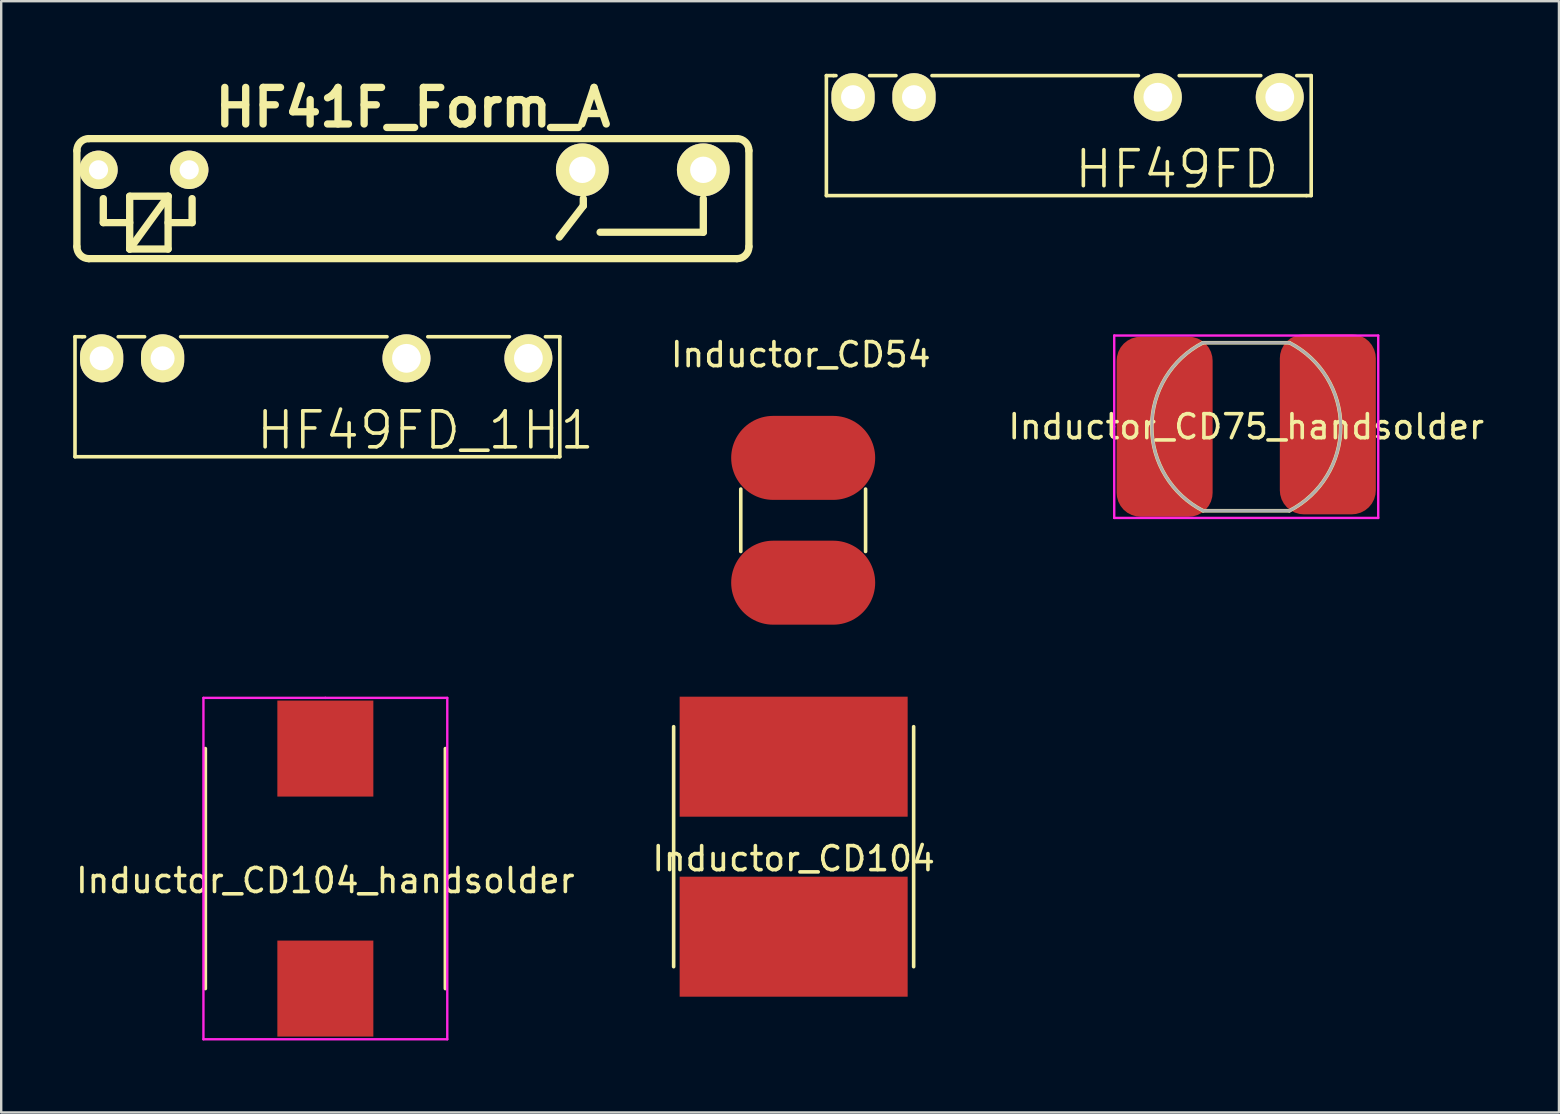
<source format=kicad_pcb>
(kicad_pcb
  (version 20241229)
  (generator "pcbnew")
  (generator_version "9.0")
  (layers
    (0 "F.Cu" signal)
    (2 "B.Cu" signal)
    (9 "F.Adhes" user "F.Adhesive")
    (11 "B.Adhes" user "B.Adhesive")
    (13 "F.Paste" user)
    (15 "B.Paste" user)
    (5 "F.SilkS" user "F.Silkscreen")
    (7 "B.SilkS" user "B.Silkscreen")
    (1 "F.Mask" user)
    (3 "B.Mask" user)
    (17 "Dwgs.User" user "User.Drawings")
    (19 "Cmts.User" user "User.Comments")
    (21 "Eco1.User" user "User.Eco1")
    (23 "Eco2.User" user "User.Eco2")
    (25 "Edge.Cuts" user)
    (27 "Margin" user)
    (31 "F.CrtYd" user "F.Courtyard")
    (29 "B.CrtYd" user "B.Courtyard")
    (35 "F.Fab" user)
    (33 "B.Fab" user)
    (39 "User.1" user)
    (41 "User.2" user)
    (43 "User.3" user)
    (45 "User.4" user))
  (footprint "HF41F_Form_A"
    (layer "F.Cu")
    (at 14.154 5.226)
    (property "Reference" "HF41F_Form_A" (at 0 -3.8 0) (layer "F.SilkS") (effects (font (size 1.524 1.524) (thickness 0.305))))
    (attr through_hole)
    (fp_line (start -14 -2) (end -14 2) (stroke (width 0.305) (type solid)) (layer "F.SilkS"))
    (fp_line (start -13.5 -2.5) (end 13.5 -2.5) (stroke (width 0.305) (type solid)) (layer "F.SilkS"))
    (fp_line (start -13.5 2.5) (end 13.5 2.5) (stroke (width 0.305) (type solid)) (layer "F.SilkS"))
    (fp_line (start -12.9 0) (end -12.9 1) (stroke (width 0.305) (type solid)) (layer "F.SilkS"))
    (fp_line (start -11.8 -0.1) (end -11.8 2.1) (stroke (width 0.305) (type solid)) (layer "F.SilkS"))
    (fp_line (start -11.8 1) (end -12.9 1) (stroke (width 0.305) (type solid)) (layer "F.SilkS"))
    (fp_line (start -11.8 2.1) (end -10.2 -0.1) (stroke (width 0.305) (type solid)) (layer "F.SilkS"))
    (fp_line (start -11.8 2.1) (end -10.2 2.1) (stroke (width 0.305) (type solid)) (layer "F.SilkS"))
    (fp_line (start -10.2 -0.1) (end -11.8 -0.1) (stroke (width 0.305) (type solid)) (layer "F.SilkS"))
    (fp_line (start -10.2 1) (end -9.2 1) (stroke (width 0.305) (type solid)) (layer "F.SilkS"))
    (fp_line (start -10.2 2.1) (end -10.2 -0.1) (stroke (width 0.305) (type solid)) (layer "F.SilkS"))
    (fp_line (start -9.2 0) (end -9.2 1) (stroke (width 0.305) (type solid)) (layer "F.SilkS"))
    (fp_line (start 7.1 0) (end 7.1 0.3) (stroke (width 0.305) (type solid)) (layer "F.SilkS"))
    (fp_line (start 7.1 0.3) (end 6.1 1.6) (stroke (width 0.305) (type solid)) (layer "F.SilkS"))
    (fp_line (start 7.8 1.4) (end 12.1 1.4) (stroke (width 0.305) (type solid)) (layer "F.SilkS"))
    (fp_line (start 12.1 0) (end 12.1 1.4) (stroke (width 0.305) (type solid)) (layer "F.SilkS"))
    (fp_line (start 14 -2) (end 14 2) (stroke (width 0.305) (type solid)) (layer "F.SilkS"))
    (fp_arc (start -14.0011 -2.00088) (mid -13.854542 -2.354702) (end -13.50072 -2.50126) (stroke (width 0.3048) (type solid)) (layer "F.SilkS"))
    (fp_arc (start -13.50088 2.5011) (mid -13.854702 2.354542) (end -14.00126 2.00072) (stroke (width 0.3048) (type solid)) (layer "F.SilkS"))
    (fp_arc (start 13.50072 -2.50126) (mid 13.854542 -2.354702) (end 14.0011 -2.00088) (stroke (width 0.3048) (type solid)) (layer "F.SilkS"))
    (fp_arc (start 14.0011 2.00088) (mid 13.854542 2.354702) (end 13.50072 2.50126) (stroke (width 0.3048) (type solid)) (layer "F.SilkS"))
    (pad "1" thru_hole circle (at -13.1 -1.2) (size 1.6 1.6) (drill 0.8) (layers "*.Cu" "*.Mask" "F.SilkS"))
    (pad "2" thru_hole circle (at -9.32 -1.2) (size 1.6 1.6) (drill 0.8) (layers "*.Cu" "*.Mask" "F.SilkS"))
    (pad "11" thru_hole circle (at 7.06 -1.2) (size 2.2 2.2) (drill 1.1) (layers "*.Cu" "*.Mask" "F.SilkS"))
    (pad "14" thru_hole circle (at 12.1 -1.2) (size 2.2 2.2) (drill 1.1) (layers "*.Cu" "*.Mask" "F.SilkS")))
  (footprint "HF49FD_1H1"
    (layer "F.Cu")
    (at 10.075 11.88)
    (property "Reference" "HF49FD_1H1" (at 4.6 3 0) (layer "F.SilkS") (effects (font (size 1.5 1.5) (thickness 0.15))))
    (attr through_hole)
    (fp_line (start -10 -0.9) (end -10 4.1) (stroke (width 0.15) (type solid)) (layer "F.SilkS"))
    (fp_line (start -10 -0.9) (end -9.7 -0.9) (stroke (width 0.15) (type solid)) (layer "F.SilkS"))
    (fp_line (start -9.7 -0.9) (end -9.6 -0.9) (stroke (width 0.15) (type solid)) (layer "F.SilkS"))
    (fp_line (start -8.2 -0.9) (end -7.1 -0.9) (stroke (width 0.15) (type solid)) (layer "F.SilkS"))
    (fp_line (start -5.6 -0.9) (end 3 -0.9) (stroke (width 0.15) (type solid)) (layer "F.SilkS"))
    (fp_line (start 4.7 -0.9) (end 8.1 -0.9) (stroke (width 0.15) (type solid)) (layer "F.SilkS"))
    (fp_line (start 9.6 -0.9) (end 10.2 -0.9) (stroke (width 0.15) (type solid)) (layer "F.SilkS"))
    (fp_line (start 10 4.1) (end -10 4.1) (stroke (width 0.15) (type solid)) (layer "F.SilkS"))
    (fp_line (start 10.2 -0.9) (end 10.2 4.1) (stroke (width 0.15) (type solid)) (layer "F.SilkS"))
    (fp_line (start 10.2 4.1) (end 10 4.1) (stroke (width 0.15) (type solid)) (layer "F.SilkS"))
    (pad "1" thru_hole oval (at -8.89 0) (size 1.8 2) (drill 1) (layers "*.Cu" "*.Mask" "F.SilkS"))
    (pad "2" thru_hole oval (at -6.35 0) (size 1.8 2) (drill 1) (layers "*.Cu" "*.Mask" "F.SilkS"))
    (pad "3" thru_hole oval (at 3.81 0) (size 2 2) (drill 1.2) (layers "*.Cu" "*.Mask" "F.SilkS"))
    (pad "4" thru_hole oval (at 8.89 0) (size 2 2) (drill 1.2) (layers "*.Cu" "*.Mask" "F.SilkS")))
  (footprint "Inductor_CD54"
    (layer "F.Cu")
    (at 30.415 18.628)
    (property "Reference" "Inductor_CD54" (at -0.1 -6.9 0) (layer "F.SilkS") (effects (font (size 1 1) (thickness 0.15))))
    (attr through_hole)
    (fp_line (start -2.6 1.3) (end -2.6 -1.3) (stroke (width 0.15) (type solid)) (layer "F.SilkS"))
    (fp_line (start 2.6 1.3) (end 2.6 -1.3) (stroke (width 0.15) (type solid)) (layer "F.SilkS"))
    (pad "1" smd oval (at 0 2.6) (size 6 3.5) (layers "F.Cu" "F.Mask" "F.Paste"))
    (pad "2" smd oval (at 0 -2.6) (size 6 3.5) (layers "F.Cu" "F.Mask" "F.Paste")))
  (footprint "Inductor_CD104_handsolder"
    (layer "F.Cu")
    (at 10.506 33.14)
    (property "Reference" "Inductor_CD104_handsolder" (at 0 0.5 0) (layer "F.SilkS") (effects (font (size 1 1) (thickness 0.15))))
    (attr through_hole)
    (fp_line (start -5 -5) (end -5 5) (stroke (width 0.15) (type solid)) (layer "F.SilkS"))
    (fp_line (start 5 -5) (end 5 5) (stroke (width 0.15) (type solid)) (layer "F.SilkS"))
    (fp_line (start -5.08 -7.112) (end 0 -7.112) (stroke (width 0.1) (type solid)) (layer "F.CrtYd"))
    (fp_line (start -5.08 7.112) (end -5.08 -7.112) (stroke (width 0.1) (type solid)) (layer "F.CrtYd"))
    (fp_line (start -5.08 7.112) (end 5.08 7.112) (stroke (width 0.1) (type solid)) (layer "F.CrtYd"))
    (fp_line (start 0 -7.112) (end 5.08 -7.112) (stroke (width 0.1) (type solid)) (layer "F.CrtYd"))
    (fp_line (start 5.08 -7.112) (end 5.08 7.112) (stroke (width 0.1) (type solid)) (layer "F.CrtYd"))
    (pad "1" smd rect (at 0 -5) (size 4 4) (layers "F.Cu" "F.Mask" "F.Paste"))
    (pad "2" smd rect (at 0 5) (size 4 4) (layers "F.Cu" "F.Mask" "F.Paste")))
  (footprint "Inductor_CD75_handsolder"
    (layer "F.Cu")
    (at 48.875 14.73)
    (property "Reference" "Inductor_CD75_handsolder" (at 0 0 0) (layer "F.SilkS") (effects (font (size 1 1) (thickness 0.15))))
    (attr through_hole)
    (fp_line (start -1.8 -3.5) (end 1.8 -3.5) (stroke (width 0.15) (type solid)) (layer "F.SilkS"))
    (fp_line (start 1.8 3.5) (end -1.8 3.5) (stroke (width 0.15) (type solid)) (layer "F.SilkS"))
    (fp_arc (start -1.8 3.499999) (mid -3.935733 0) (end -1.799999 -3.499999) (stroke (width 0.15) (type solid)) (layer "F.SilkS"))
    (fp_arc (start 1.8 -3.499999) (mid 3.935733 0) (end 1.799999 3.499999) (stroke (width 0.15) (type solid)) (layer "F.SilkS"))
    (fp_line (start -5.5 -3.8) (end 5.5 -3.8) (stroke (width 0.1) (type solid)) (layer "F.CrtYd"))
    (fp_line (start -5.5 0) (end -5.5 -3.8) (stroke (width 0.1) (type solid)) (layer "F.CrtYd"))
    (fp_line (start -5.5 3.8) (end -5.5 0) (stroke (width 0.1) (type solid)) (layer "F.CrtYd"))
    (fp_line (start 5.5 -3.8) (end 5.5 3.8) (stroke (width 0.1) (type solid)) (layer "F.CrtYd"))
    (fp_line (start 5.5 3.8) (end -5.5 3.8) (stroke (width 0.1) (type solid)) (layer "F.CrtYd"))
    (fp_line (start -1.8 -3.5) (end 1.8 -3.5) (stroke (width 0.12) (type solid)) (layer "F.Fab"))
    (fp_line (start 1.8 3.5) (end -1.8 3.5) (stroke (width 0.12) (type solid)) (layer "F.Fab"))
    (fp_arc (start -1.8 3.499999) (mid -3.935733 0) (end -1.799999 -3.499999) (stroke (width 0.12) (type solid)) (layer "F.Fab"))
    (fp_arc (start 1.8 -3.499999) (mid 3.935733 0) (end 1.799999 3.499999) (stroke (width 0.12) (type solid)) (layer "F.Fab"))
    (pad "1" smd roundrect (at -3.4 0) (size 4 7.5) (layers "F.Cu" "F.Mask" "F.Paste") (roundrect_rratio 0.25))
    (pad "2" smd roundrect (at 3.4 -0.1) (size 4 7.5) (layers "F.Cu" "F.Mask" "F.Paste") (roundrect_rratio 0.25)))
  (footprint "Inductor_CD104"
    (layer "F.Cu")
    (at 30.018 32.228)
    (property "Reference" "Inductor_CD104" (at 0 0.5 0) (layer "F.SilkS") (effects (font (size 1 1) (thickness 0.15))))
    (attr through_hole)
    (fp_line (start -5 -5) (end -5 5) (stroke (width 0.15) (type solid)) (layer "F.SilkS"))
    (fp_line (start 5 -5) (end 5 5) (stroke (width 0.15) (type solid)) (layer "F.SilkS"))
    (pad "1" smd rect (at 0 -3.75) (size 9.5 5) (layers "F.Cu" "F.Mask" "F.Paste"))
    (pad "2" smd rect (at 0 3.75) (size 9.5 5) (layers "F.Cu" "F.Mask" "F.Paste")))
  (footprint "HF49FD"
    (layer "F.Cu")
    (at 41.382 1)
    (property "Reference" "HF49FD" (at 4.6 3 0) (layer "F.SilkS") (effects (font (size 1.5 1.5) (thickness 0.15))))
    (attr through_hole)
    (fp_line (start -10 -0.9) (end -10 4.1) (stroke (width 0.15) (type solid)) (layer "F.SilkS"))
    (fp_line (start -10 -0.9) (end -9.7 -0.9) (stroke (width 0.15) (type solid)) (layer "F.SilkS"))
    (fp_line (start -9.7 -0.9) (end -9.6 -0.9) (stroke (width 0.15) (type solid)) (layer "F.SilkS"))
    (fp_line (start -8.2 -0.9) (end -7.1 -0.9) (stroke (width 0.15) (type solid)) (layer "F.SilkS"))
    (fp_line (start -5.6 -0.9) (end 3 -0.9) (stroke (width 0.15) (type solid)) (layer "F.SilkS"))
    (fp_line (start 4.7 -0.9) (end 8.1 -0.9) (stroke (width 0.15) (type solid)) (layer "F.SilkS"))
    (fp_line (start 9.6 -0.9) (end 10.2 -0.9) (stroke (width 0.15) (type solid)) (layer "F.SilkS"))
    (fp_line (start 10 4.1) (end -10 4.1) (stroke (width 0.15) (type solid)) (layer "F.SilkS"))
    (fp_line (start 10.2 -0.9) (end 10.2 4.1) (stroke (width 0.15) (type solid)) (layer "F.SilkS"))
    (fp_line (start 10.2 4.1) (end 10 4.1) (stroke (width 0.15) (type solid)) (layer "F.SilkS"))
    (pad "1" thru_hole oval (at -8.89 0) (size 1.8 2) (drill 1) (layers "*.Cu" "*.Mask" "F.SilkS"))
    (pad "2" thru_hole oval (at -6.35 0) (size 1.8 2) (drill 1) (layers "*.Cu" "*.Mask" "F.SilkS"))
    (pad "3" thru_hole oval (at 3.81 0) (size 2 2) (drill 1.2) (layers "*.Cu" "*.Mask" "F.SilkS"))
    (pad "4" thru_hole oval (at 8.89 0) (size 2 2) (drill 1.2) (layers "*.Cu" "*.Mask" "F.SilkS")))
  (gr_rect
    (start -3 -3)
    (end 61.905 43.302)
    (stroke (width 0.1) (type default))
    (fill no)
    (layer "Edge.Cuts")))
</source>
